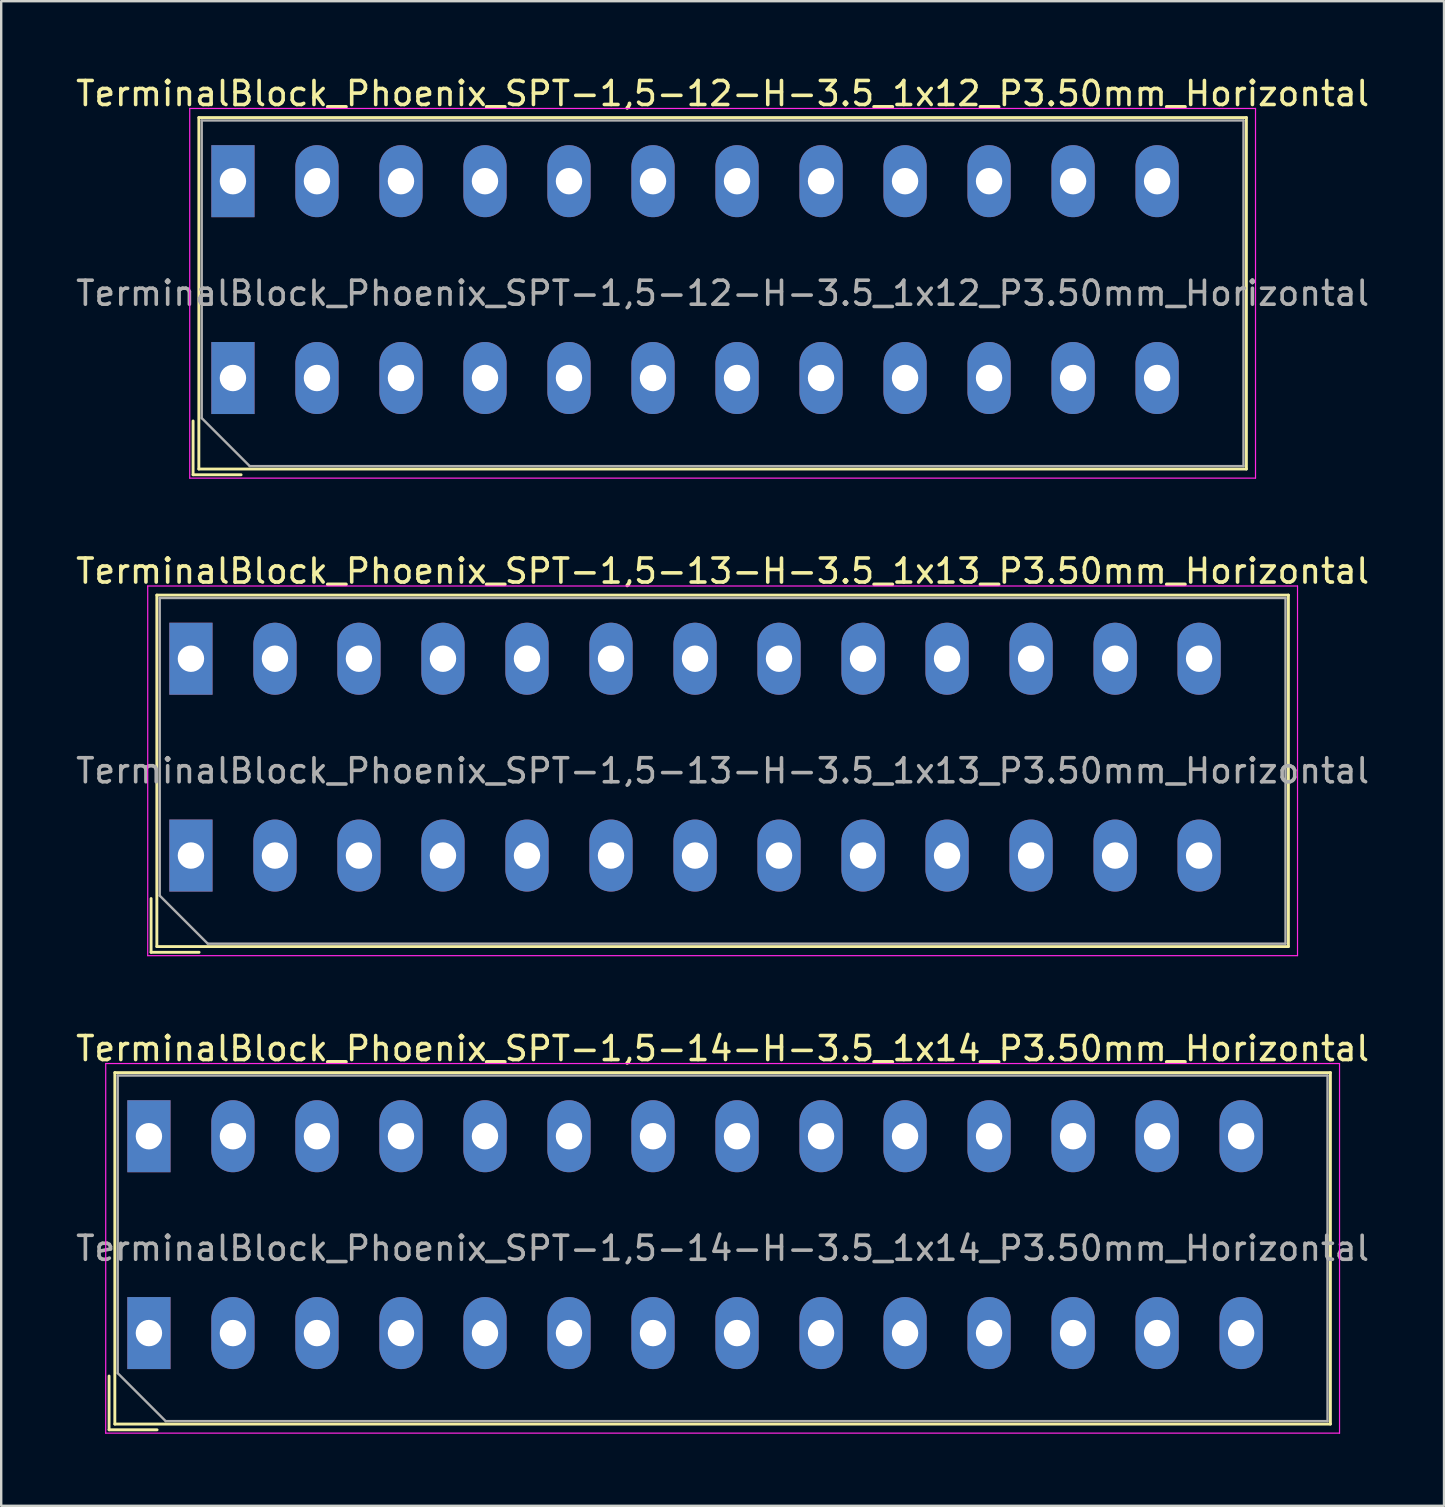
<source format=kicad_pcb>
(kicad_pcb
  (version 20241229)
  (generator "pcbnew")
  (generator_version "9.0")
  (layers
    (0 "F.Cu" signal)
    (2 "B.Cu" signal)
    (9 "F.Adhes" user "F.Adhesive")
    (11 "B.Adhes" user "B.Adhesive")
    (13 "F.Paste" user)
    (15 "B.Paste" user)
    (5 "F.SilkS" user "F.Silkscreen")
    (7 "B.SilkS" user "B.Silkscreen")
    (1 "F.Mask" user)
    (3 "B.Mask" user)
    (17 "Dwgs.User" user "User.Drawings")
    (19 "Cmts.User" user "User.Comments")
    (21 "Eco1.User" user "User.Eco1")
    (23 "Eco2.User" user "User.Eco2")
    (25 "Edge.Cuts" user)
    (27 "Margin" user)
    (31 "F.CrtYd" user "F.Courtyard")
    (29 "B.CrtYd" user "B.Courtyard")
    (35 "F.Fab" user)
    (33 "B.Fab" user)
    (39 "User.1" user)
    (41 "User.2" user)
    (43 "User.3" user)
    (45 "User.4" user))
  (footprint "TerminalBlock_Phoenix_SPT-1,5-14-H-3.5_1x14_P3.50mm_Horizontal"
    (layer "F.Cu")
    (at 3.154 52.485)
    (property "Reference" "TerminalBlock_Phoenix_SPT-1,5-14-H-3.5_1x14_P3.50mm_Horizontal" (at 23.9 -11.85 0) (layer "F.SilkS") (effects (font (size 1 1) (thickness 0.15))))
    (attr through_hole)
    (fp_line (start -1.66 1.79) (end -1.66 4.03) (stroke (width 0.12) (type solid)) (layer "F.SilkS"))
    (fp_line (start -1.66 4.03) (end 0.34 4.03) (stroke (width 0.12) (type solid)) (layer "F.SilkS"))
    (fp_line (start -1.42 -10.85) (end -1.42 3.791) (stroke (width 0.12) (type solid)) (layer "F.SilkS"))
    (fp_line (start -1.42 -10.85) (end 49.22 -10.85) (stroke (width 0.12) (type solid)) (layer "F.SilkS"))
    (fp_line (start -1.42 3.791) (end 49.22 3.791) (stroke (width 0.12) (type solid)) (layer "F.SilkS"))
    (fp_line (start 49.22 -10.85) (end 49.22 3.791) (stroke (width 0.12) (type solid)) (layer "F.SilkS"))
    (fp_line (start -1.8 -11.23) (end -1.8 4.17) (stroke (width 0.05) (type solid)) (layer "F.CrtYd"))
    (fp_line (start -1.8 4.17) (end 49.6 4.17) (stroke (width 0.05) (type solid)) (layer "F.CrtYd"))
    (fp_line (start 49.6 -11.23) (end -1.8 -11.23) (stroke (width 0.05) (type solid)) (layer "F.CrtYd"))
    (fp_line (start 49.6 4.17) (end 49.6 -11.23) (stroke (width 0.05) (type solid)) (layer "F.CrtYd"))
    (fp_line (start -1.3 -10.73) (end 49.1 -10.73) (stroke (width 0.1) (type solid)) (layer "F.Fab"))
    (fp_line (start -1.3 1.67) (end -1.3 -10.73) (stroke (width 0.1) (type solid)) (layer "F.Fab"))
    (fp_line (start 0.7 3.67) (end -1.3 1.67) (stroke (width 0.1) (type solid)) (layer "F.Fab"))
    (fp_line (start 49.1 -10.73) (end 49.1 3.67) (stroke (width 0.1) (type solid)) (layer "F.Fab"))
    (fp_line (start 49.1 3.67) (end 0.7 3.67) (stroke (width 0.1) (type solid)) (layer "F.Fab"))
    (fp_text user "${REFERENCE}" (at 23.9 -3.53 0) (layer "F.Fab") (effects (font (size 1 1) (thickness 0.15))))
    (pad "1" thru_hole rect (at 0 -8.2) (size 1.8 3) (drill 1.1) (layers "*.Cu" "*.Mask"))
    (pad "1" thru_hole rect (at 0 0) (size 1.8 3) (drill 1.1) (layers "*.Cu" "*.Mask"))
    (pad "2" thru_hole oval (at 3.5 -8.2) (size 1.8 3) (drill 1.1) (layers "*.Cu" "*.Mask"))
    (pad "2" thru_hole oval (at 3.5 0) (size 1.8 3) (drill 1.1) (layers "*.Cu" "*.Mask"))
    (pad "3" thru_hole oval (at 7 -8.2) (size 1.8 3) (drill 1.1) (layers "*.Cu" "*.Mask"))
    (pad "3" thru_hole oval (at 7 0) (size 1.8 3) (drill 1.1) (layers "*.Cu" "*.Mask"))
    (pad "4" thru_hole oval (at 10.5 -8.2) (size 1.8 3) (drill 1.1) (layers "*.Cu" "*.Mask"))
    (pad "4" thru_hole oval (at 10.5 0) (size 1.8 3) (drill 1.1) (layers "*.Cu" "*.Mask"))
    (pad "5" thru_hole oval (at 14 -8.2) (size 1.8 3) (drill 1.1) (layers "*.Cu" "*.Mask"))
    (pad "5" thru_hole oval (at 14 0) (size 1.8 3) (drill 1.1) (layers "*.Cu" "*.Mask"))
    (pad "6" thru_hole oval (at 17.5 -8.2) (size 1.8 3) (drill 1.1) (layers "*.Cu" "*.Mask"))
    (pad "6" thru_hole oval (at 17.5 0) (size 1.8 3) (drill 1.1) (layers "*.Cu" "*.Mask"))
    (pad "7" thru_hole oval (at 21 -8.2) (size 1.8 3) (drill 1.1) (layers "*.Cu" "*.Mask"))
    (pad "7" thru_hole oval (at 21 0) (size 1.8 3) (drill 1.1) (layers "*.Cu" "*.Mask"))
    (pad "8" thru_hole oval (at 24.5 -8.2) (size 1.8 3) (drill 1.1) (layers "*.Cu" "*.Mask"))
    (pad "8" thru_hole oval (at 24.5 0) (size 1.8 3) (drill 1.1) (layers "*.Cu" "*.Mask"))
    (pad "9" thru_hole oval (at 28 -8.2) (size 1.8 3) (drill 1.1) (layers "*.Cu" "*.Mask"))
    (pad "9" thru_hole oval (at 28 0) (size 1.8 3) (drill 1.1) (layers "*.Cu" "*.Mask"))
    (pad "10" thru_hole oval (at 31.5 -8.2) (size 1.8 3) (drill 1.1) (layers "*.Cu" "*.Mask"))
    (pad "10" thru_hole oval (at 31.5 0) (size 1.8 3) (drill 1.1) (layers "*.Cu" "*.Mask"))
    (pad "11" thru_hole oval (at 35 -8.2) (size 1.8 3) (drill 1.1) (layers "*.Cu" "*.Mask"))
    (pad "11" thru_hole oval (at 35 0) (size 1.8 3) (drill 1.1) (layers "*.Cu" "*.Mask"))
    (pad "12" thru_hole oval (at 38.5 -8.2) (size 1.8 3) (drill 1.1) (layers "*.Cu" "*.Mask"))
    (pad "12" thru_hole oval (at 38.5 0) (size 1.8 3) (drill 1.1) (layers "*.Cu" "*.Mask"))
    (pad "13" thru_hole oval (at 42 -8.2) (size 1.8 3) (drill 1.1) (layers "*.Cu" "*.Mask"))
    (pad "13" thru_hole oval (at 42 0) (size 1.8 3) (drill 1.1) (layers "*.Cu" "*.Mask"))
    (pad "14" thru_hole oval (at 45.5 -8.2) (size 1.8 3) (drill 1.1) (layers "*.Cu" "*.Mask"))
    (pad "14" thru_hole oval (at 45.5 0) (size 1.8 3) (drill 1.1) (layers "*.Cu" "*.Mask")))
  (footprint "TerminalBlock_Phoenix_SPT-1,5-13-H-3.5_1x13_P3.50mm_Horizontal"
    (layer "F.Cu")
    (at 4.904 32.592)
    (property "Reference" "TerminalBlock_Phoenix_SPT-1,5-13-H-3.5_1x13_P3.50mm_Horizontal" (at 22.15 -11.85 0) (layer "F.SilkS") (effects (font (size 1 1) (thickness 0.15))))
    (attr through_hole)
    (fp_line (start -1.66 1.79) (end -1.66 4.03) (stroke (width 0.12) (type solid)) (layer "F.SilkS"))
    (fp_line (start -1.66 4.03) (end 0.34 4.03) (stroke (width 0.12) (type solid)) (layer "F.SilkS"))
    (fp_line (start -1.42 -10.85) (end -1.42 3.791) (stroke (width 0.12) (type solid)) (layer "F.SilkS"))
    (fp_line (start -1.42 -10.85) (end 45.72 -10.85) (stroke (width 0.12) (type solid)) (layer "F.SilkS"))
    (fp_line (start -1.42 3.791) (end 45.72 3.791) (stroke (width 0.12) (type solid)) (layer "F.SilkS"))
    (fp_line (start 45.72 -10.85) (end 45.72 3.791) (stroke (width 0.12) (type solid)) (layer "F.SilkS"))
    (fp_line (start -1.8 -11.23) (end -1.8 4.17) (stroke (width 0.05) (type solid)) (layer "F.CrtYd"))
    (fp_line (start -1.8 4.17) (end 46.1 4.17) (stroke (width 0.05) (type solid)) (layer "F.CrtYd"))
    (fp_line (start 46.1 -11.23) (end -1.8 -11.23) (stroke (width 0.05) (type solid)) (layer "F.CrtYd"))
    (fp_line (start 46.1 4.17) (end 46.1 -11.23) (stroke (width 0.05) (type solid)) (layer "F.CrtYd"))
    (fp_line (start -1.3 -10.73) (end 45.6 -10.73) (stroke (width 0.1) (type solid)) (layer "F.Fab"))
    (fp_line (start -1.3 1.67) (end -1.3 -10.73) (stroke (width 0.1) (type solid)) (layer "F.Fab"))
    (fp_line (start 0.7 3.67) (end -1.3 1.67) (stroke (width 0.1) (type solid)) (layer "F.Fab"))
    (fp_line (start 45.6 -10.73) (end 45.6 3.67) (stroke (width 0.1) (type solid)) (layer "F.Fab"))
    (fp_line (start 45.6 3.67) (end 0.7 3.67) (stroke (width 0.1) (type solid)) (layer "F.Fab"))
    (fp_text user "${REFERENCE}" (at 22.15 -3.53 0) (layer "F.Fab") (effects (font (size 1 1) (thickness 0.15))))
    (pad "1" thru_hole rect (at 0 -8.2) (size 1.8 3) (drill 1.1) (layers "*.Cu" "*.Mask"))
    (pad "1" thru_hole rect (at 0 0) (size 1.8 3) (drill 1.1) (layers "*.Cu" "*.Mask"))
    (pad "2" thru_hole oval (at 3.5 -8.2) (size 1.8 3) (drill 1.1) (layers "*.Cu" "*.Mask"))
    (pad "2" thru_hole oval (at 3.5 0) (size 1.8 3) (drill 1.1) (layers "*.Cu" "*.Mask"))
    (pad "3" thru_hole oval (at 7 -8.2) (size 1.8 3) (drill 1.1) (layers "*.Cu" "*.Mask"))
    (pad "3" thru_hole oval (at 7 0) (size 1.8 3) (drill 1.1) (layers "*.Cu" "*.Mask"))
    (pad "4" thru_hole oval (at 10.5 -8.2) (size 1.8 3) (drill 1.1) (layers "*.Cu" "*.Mask"))
    (pad "4" thru_hole oval (at 10.5 0) (size 1.8 3) (drill 1.1) (layers "*.Cu" "*.Mask"))
    (pad "5" thru_hole oval (at 14 -8.2) (size 1.8 3) (drill 1.1) (layers "*.Cu" "*.Mask"))
    (pad "5" thru_hole oval (at 14 0) (size 1.8 3) (drill 1.1) (layers "*.Cu" "*.Mask"))
    (pad "6" thru_hole oval (at 17.5 -8.2) (size 1.8 3) (drill 1.1) (layers "*.Cu" "*.Mask"))
    (pad "6" thru_hole oval (at 17.5 0) (size 1.8 3) (drill 1.1) (layers "*.Cu" "*.Mask"))
    (pad "7" thru_hole oval (at 21 -8.2) (size 1.8 3) (drill 1.1) (layers "*.Cu" "*.Mask"))
    (pad "7" thru_hole oval (at 21 0) (size 1.8 3) (drill 1.1) (layers "*.Cu" "*.Mask"))
    (pad "8" thru_hole oval (at 24.5 -8.2) (size 1.8 3) (drill 1.1) (layers "*.Cu" "*.Mask"))
    (pad "8" thru_hole oval (at 24.5 0) (size 1.8 3) (drill 1.1) (layers "*.Cu" "*.Mask"))
    (pad "9" thru_hole oval (at 28 -8.2) (size 1.8 3) (drill 1.1) (layers "*.Cu" "*.Mask"))
    (pad "9" thru_hole oval (at 28 0) (size 1.8 3) (drill 1.1) (layers "*.Cu" "*.Mask"))
    (pad "10" thru_hole oval (at 31.5 -8.2) (size 1.8 3) (drill 1.1) (layers "*.Cu" "*.Mask"))
    (pad "10" thru_hole oval (at 31.5 0) (size 1.8 3) (drill 1.1) (layers "*.Cu" "*.Mask"))
    (pad "11" thru_hole oval (at 35 -8.2) (size 1.8 3) (drill 1.1) (layers "*.Cu" "*.Mask"))
    (pad "11" thru_hole oval (at 35 0) (size 1.8 3) (drill 1.1) (layers "*.Cu" "*.Mask"))
    (pad "12" thru_hole oval (at 38.5 -8.2) (size 1.8 3) (drill 1.1) (layers "*.Cu" "*.Mask"))
    (pad "12" thru_hole oval (at 38.5 0) (size 1.8 3) (drill 1.1) (layers "*.Cu" "*.Mask"))
    (pad "13" thru_hole oval (at 42 -8.2) (size 1.8 3) (drill 1.1) (layers "*.Cu" "*.Mask"))
    (pad "13" thru_hole oval (at 42 0) (size 1.8 3) (drill 1.1) (layers "*.Cu" "*.Mask")))
  (footprint "TerminalBlock_Phoenix_SPT-1,5-12-H-3.5_1x12_P3.50mm_Horizontal"
    (layer "F.Cu")
    (at 6.654 12.698)
    (property "Reference" "TerminalBlock_Phoenix_SPT-1,5-12-H-3.5_1x12_P3.50mm_Horizontal" (at 20.4 -11.85 0) (layer "F.SilkS") (effects (font (size 1 1) (thickness 0.15))))
    (attr through_hole)
    (fp_line (start -1.66 1.79) (end -1.66 4.03) (stroke (width 0.12) (type solid)) (layer "F.SilkS"))
    (fp_line (start -1.66 4.03) (end 0.34 4.03) (stroke (width 0.12) (type solid)) (layer "F.SilkS"))
    (fp_line (start -1.42 -10.85) (end -1.42 3.791) (stroke (width 0.12) (type solid)) (layer "F.SilkS"))
    (fp_line (start -1.42 -10.85) (end 42.22 -10.85) (stroke (width 0.12) (type solid)) (layer "F.SilkS"))
    (fp_line (start -1.42 3.791) (end 42.22 3.791) (stroke (width 0.12) (type solid)) (layer "F.SilkS"))
    (fp_line (start 42.22 -10.85) (end 42.22 3.791) (stroke (width 0.12) (type solid)) (layer "F.SilkS"))
    (fp_line (start -1.8 -11.23) (end -1.8 4.17) (stroke (width 0.05) (type solid)) (layer "F.CrtYd"))
    (fp_line (start -1.8 4.17) (end 42.6 4.17) (stroke (width 0.05) (type solid)) (layer "F.CrtYd"))
    (fp_line (start 42.6 -11.23) (end -1.8 -11.23) (stroke (width 0.05) (type solid)) (layer "F.CrtYd"))
    (fp_line (start 42.6 4.17) (end 42.6 -11.23) (stroke (width 0.05) (type solid)) (layer "F.CrtYd"))
    (fp_line (start -1.3 -10.73) (end 42.1 -10.73) (stroke (width 0.1) (type solid)) (layer "F.Fab"))
    (fp_line (start -1.3 1.67) (end -1.3 -10.73) (stroke (width 0.1) (type solid)) (layer "F.Fab"))
    (fp_line (start 0.7 3.67) (end -1.3 1.67) (stroke (width 0.1) (type solid)) (layer "F.Fab"))
    (fp_line (start 42.1 -10.73) (end 42.1 3.67) (stroke (width 0.1) (type solid)) (layer "F.Fab"))
    (fp_line (start 42.1 3.67) (end 0.7 3.67) (stroke (width 0.1) (type solid)) (layer "F.Fab"))
    (fp_text user "${REFERENCE}" (at 20.4 -3.53 0) (layer "F.Fab") (effects (font (size 1 1) (thickness 0.15))))
    (pad "1" thru_hole rect (at 0 -8.2) (size 1.8 3) (drill 1.1) (layers "*.Cu" "*.Mask"))
    (pad "1" thru_hole rect (at 0 0) (size 1.8 3) (drill 1.1) (layers "*.Cu" "*.Mask"))
    (pad "2" thru_hole oval (at 3.5 -8.2) (size 1.8 3) (drill 1.1) (layers "*.Cu" "*.Mask"))
    (pad "2" thru_hole oval (at 3.5 0) (size 1.8 3) (drill 1.1) (layers "*.Cu" "*.Mask"))
    (pad "3" thru_hole oval (at 7 -8.2) (size 1.8 3) (drill 1.1) (layers "*.Cu" "*.Mask"))
    (pad "3" thru_hole oval (at 7 0) (size 1.8 3) (drill 1.1) (layers "*.Cu" "*.Mask"))
    (pad "4" thru_hole oval (at 10.5 -8.2) (size 1.8 3) (drill 1.1) (layers "*.Cu" "*.Mask"))
    (pad "4" thru_hole oval (at 10.5 0) (size 1.8 3) (drill 1.1) (layers "*.Cu" "*.Mask"))
    (pad "5" thru_hole oval (at 14 -8.2) (size 1.8 3) (drill 1.1) (layers "*.Cu" "*.Mask"))
    (pad "5" thru_hole oval (at 14 0) (size 1.8 3) (drill 1.1) (layers "*.Cu" "*.Mask"))
    (pad "6" thru_hole oval (at 17.5 -8.2) (size 1.8 3) (drill 1.1) (layers "*.Cu" "*.Mask"))
    (pad "6" thru_hole oval (at 17.5 0) (size 1.8 3) (drill 1.1) (layers "*.Cu" "*.Mask"))
    (pad "7" thru_hole oval (at 21 -8.2) (size 1.8 3) (drill 1.1) (layers "*.Cu" "*.Mask"))
    (pad "7" thru_hole oval (at 21 0) (size 1.8 3) (drill 1.1) (layers "*.Cu" "*.Mask"))
    (pad "8" thru_hole oval (at 24.5 -8.2) (size 1.8 3) (drill 1.1) (layers "*.Cu" "*.Mask"))
    (pad "8" thru_hole oval (at 24.5 0) (size 1.8 3) (drill 1.1) (layers "*.Cu" "*.Mask"))
    (pad "9" thru_hole oval (at 28 -8.2) (size 1.8 3) (drill 1.1) (layers "*.Cu" "*.Mask"))
    (pad "9" thru_hole oval (at 28 0) (size 1.8 3) (drill 1.1) (layers "*.Cu" "*.Mask"))
    (pad "10" thru_hole oval (at 31.5 -8.2) (size 1.8 3) (drill 1.1) (layers "*.Cu" "*.Mask"))
    (pad "10" thru_hole oval (at 31.5 0) (size 1.8 3) (drill 1.1) (layers "*.Cu" "*.Mask"))
    (pad "11" thru_hole oval (at 35 -8.2) (size 1.8 3) (drill 1.1) (layers "*.Cu" "*.Mask"))
    (pad "11" thru_hole oval (at 35 0) (size 1.8 3) (drill 1.1) (layers "*.Cu" "*.Mask"))
    (pad "12" thru_hole oval (at 38.5 -8.2) (size 1.8 3) (drill 1.1) (layers "*.Cu" "*.Mask"))
    (pad "12" thru_hole oval (at 38.5 0) (size 1.8 3) (drill 1.1) (layers "*.Cu" "*.Mask")))
  (gr_rect
    (start -3 -3)
    (end 57.107 59.68)
    (stroke (width 0.1) (type default))
    (fill no)
    (layer "Edge.Cuts")))
</source>
